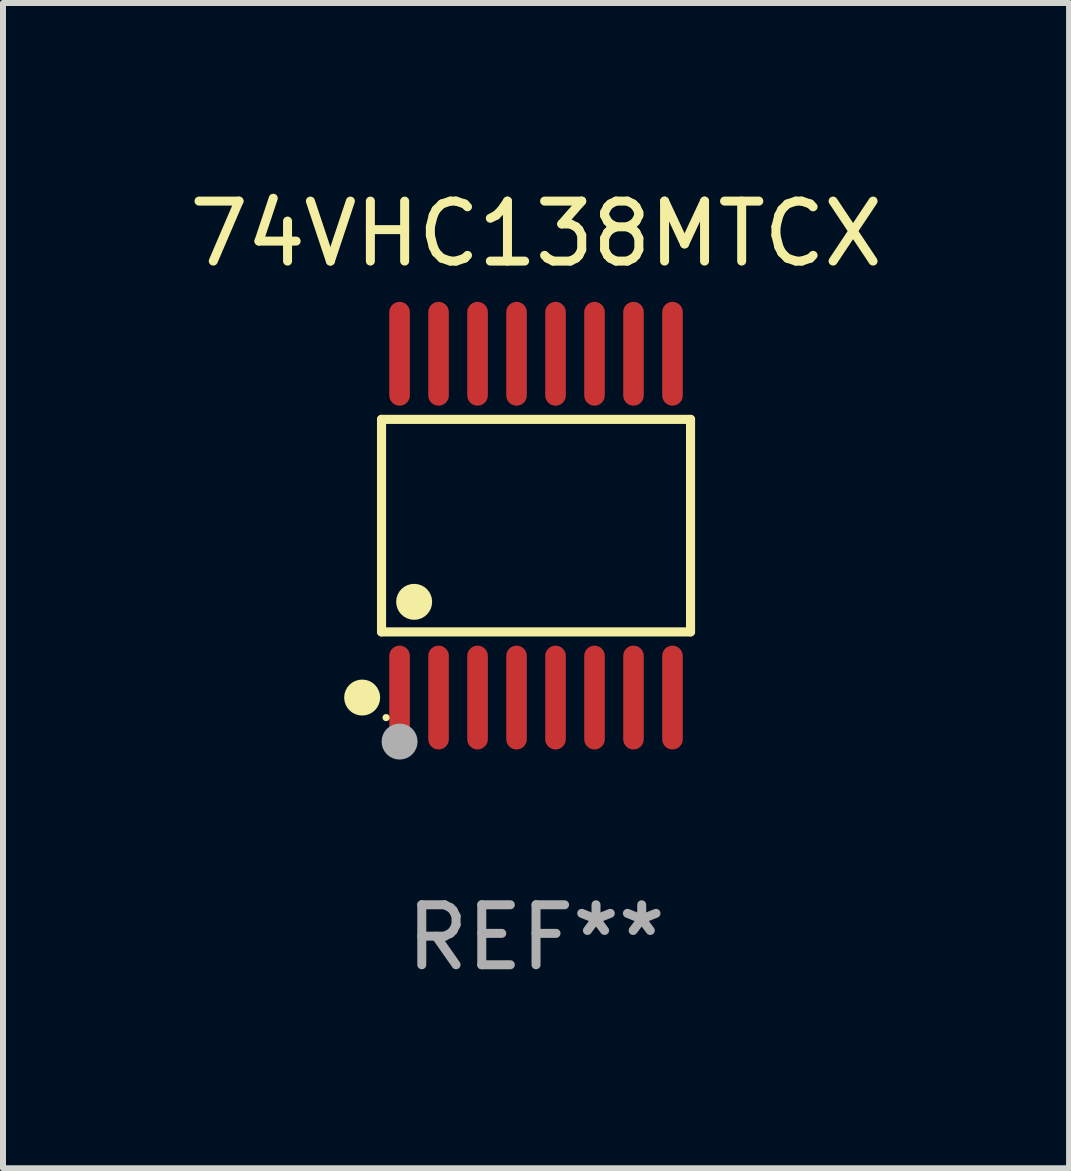
<source format=kicad_pcb>
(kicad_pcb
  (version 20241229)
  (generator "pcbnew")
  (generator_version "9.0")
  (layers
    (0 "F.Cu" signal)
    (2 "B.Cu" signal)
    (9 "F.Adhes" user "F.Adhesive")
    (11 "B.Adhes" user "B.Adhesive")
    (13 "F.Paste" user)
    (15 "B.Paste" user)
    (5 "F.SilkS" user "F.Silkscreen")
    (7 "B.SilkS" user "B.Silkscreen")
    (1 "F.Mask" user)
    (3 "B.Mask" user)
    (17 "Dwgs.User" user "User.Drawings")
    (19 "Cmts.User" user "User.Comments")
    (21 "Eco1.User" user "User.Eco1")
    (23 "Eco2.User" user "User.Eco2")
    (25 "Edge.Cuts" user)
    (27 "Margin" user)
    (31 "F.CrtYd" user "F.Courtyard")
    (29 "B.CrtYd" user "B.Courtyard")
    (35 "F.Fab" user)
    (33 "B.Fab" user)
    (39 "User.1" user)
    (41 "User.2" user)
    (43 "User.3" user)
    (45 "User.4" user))
  (footprint "74VHC138MTCX"
    (layer "F.Cu")
    (at 5.887 5.714)
    (property "Reference" "74VHC138MTCX" (at 0 -4.866 0) (layer "F.SilkS") (effects (font (size 1 1) (thickness 0.15))))
    (attr through_hole)
    (fp_line (start -2.576 -1.772) (end 2.576 -1.772) (stroke (width 0.152) (type solid)) (layer "F.SilkS"))
    (fp_line (start -2.576 1.771) (end -2.576 -1.772) (stroke (width 0.152) (type solid)) (layer "F.SilkS"))
    (fp_line (start 2.576 -1.772) (end 2.576 1.771) (stroke (width 0.152) (type solid)) (layer "F.SilkS"))
    (fp_line (start 2.576 1.771) (end -2.576 1.771) (stroke (width 0.152) (type solid)) (layer "F.SilkS"))
    (fp_circle (center -2.899 2.866) (end -2.749 2.866) (stroke (width 0.3) (type solid)) (fill no) (layer "F.SilkS"))
    (fp_circle (center -2.5 3.2) (end -2.47 3.2) (stroke (width 0.06) (type solid)) (fill no) (layer "F.SilkS"))
    (fp_circle (center -2.032 1.27) (end -1.882 1.27) (stroke (width 0.3) (type solid)) (fill no) (layer "F.SilkS"))
    (fp_circle (center -2.275 3.6) (end -2.125 3.6) (stroke (width 0.3) (type solid)) (fill no) (layer "F.Fab"))
    (fp_text user "REF**" (at 0 6.866 0) (layer "F.Fab") (effects (font (size 1 1) (thickness 0.15))))
    (pad "1" smd oval (at -2.275 2.866) (size 0.343 1.731) (layers "F.Cu" "F.Mask" "F.Paste"))
    (pad "2" smd oval (at -1.625 2.866) (size 0.343 1.731) (layers "F.Cu" "F.Mask" "F.Paste"))
    (pad "3" smd oval (at -0.975 2.866) (size 0.343 1.731) (layers "F.Cu" "F.Mask" "F.Paste"))
    (pad "4" smd oval (at -0.325 2.866) (size 0.343 1.731) (layers "F.Cu" "F.Mask" "F.Paste"))
    (pad "5" smd oval (at 0.325 2.866) (size 0.343 1.731) (layers "F.Cu" "F.Mask" "F.Paste"))
    (pad "6" smd oval (at 0.975 2.866) (size 0.343 1.731) (layers "F.Cu" "F.Mask" "F.Paste"))
    (pad "7" smd oval (at 1.625 2.866) (size 0.343 1.731) (layers "F.Cu" "F.Mask" "F.Paste"))
    (pad "8" smd oval (at 2.275 2.866) (size 0.343 1.731) (layers "F.Cu" "F.Mask" "F.Paste"))
    (pad "9" smd oval (at 2.275 -2.866) (size 0.343 1.731) (layers "F.Cu" "F.Mask" "F.Paste"))
    (pad "10" smd oval (at 1.625 -2.866) (size 0.343 1.731) (layers "F.Cu" "F.Mask" "F.Paste"))
    (pad "11" smd oval (at 0.975 -2.866) (size 0.343 1.731) (layers "F.Cu" "F.Mask" "F.Paste"))
    (pad "12" smd oval (at 0.325 -2.866) (size 0.343 1.731) (layers "F.Cu" "F.Mask" "F.Paste"))
    (pad "13" smd oval (at -0.325 -2.866) (size 0.343 1.731) (layers "F.Cu" "F.Mask" "F.Paste"))
    (pad "14" smd oval (at -0.975 -2.866) (size 0.343 1.731) (layers "F.Cu" "F.Mask" "F.Paste"))
    (pad "15" smd oval (at -1.625 -2.866) (size 0.343 1.731) (layers "F.Cu" "F.Mask" "F.Paste"))
    (pad "16" smd oval (at -2.275 -2.866) (size 0.343 1.731) (layers "F.Cu" "F.Mask" "F.Paste")))
  (gr_rect
    (start -3 -3)
    (end 14.774 16.428)
    (stroke (width 0.1) (type default))
    (fill no)
    (layer "Edge.Cuts")))
</source>
